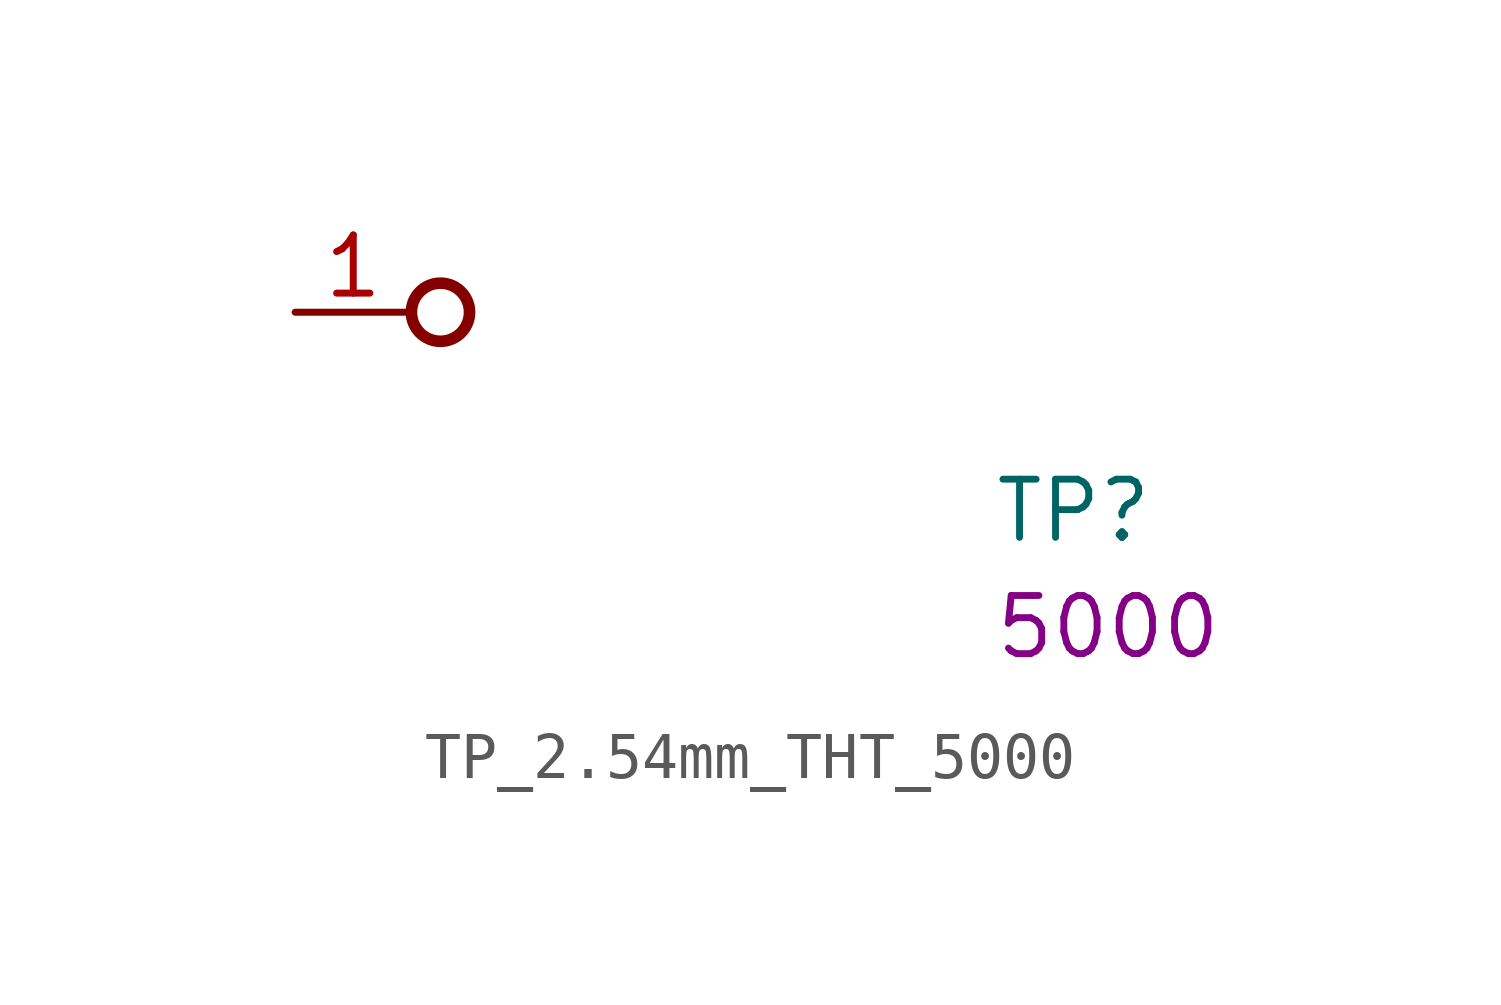
<source format=kicad_sym>
(kicad_symbol_lib
  (version 20220914)
  (generator kicad_symbol_editor)
  (symbol "TP_2.54mm_THT_5000"
    (pin_names hide)
    (property "Reference" "TP"
      (at 15.24 -5.08 0)
      (effects (font (size 1.27 1.27) (thickness 0.15)) (justify left bottom)))
    (property "MPN" "5000"
      (at 15.24 -7.62 0)
      (effects (font (size 1.27 1.27) (thickness 0.15)) (justify left bottom)))
    (symbol "TP_2.54mm_THT_5000_1_1"
      (circle (center 3.175 0) (radius 0.635) (stroke (width 0.254) (type default)) (fill (type none)))
      (pin passive line (at 0 0 0) (length 2.54) (name "1" (effects (font (size 1.27 1.27)))) (number "1" (effects (font (size 1.27 1.27))))))))
</source>
